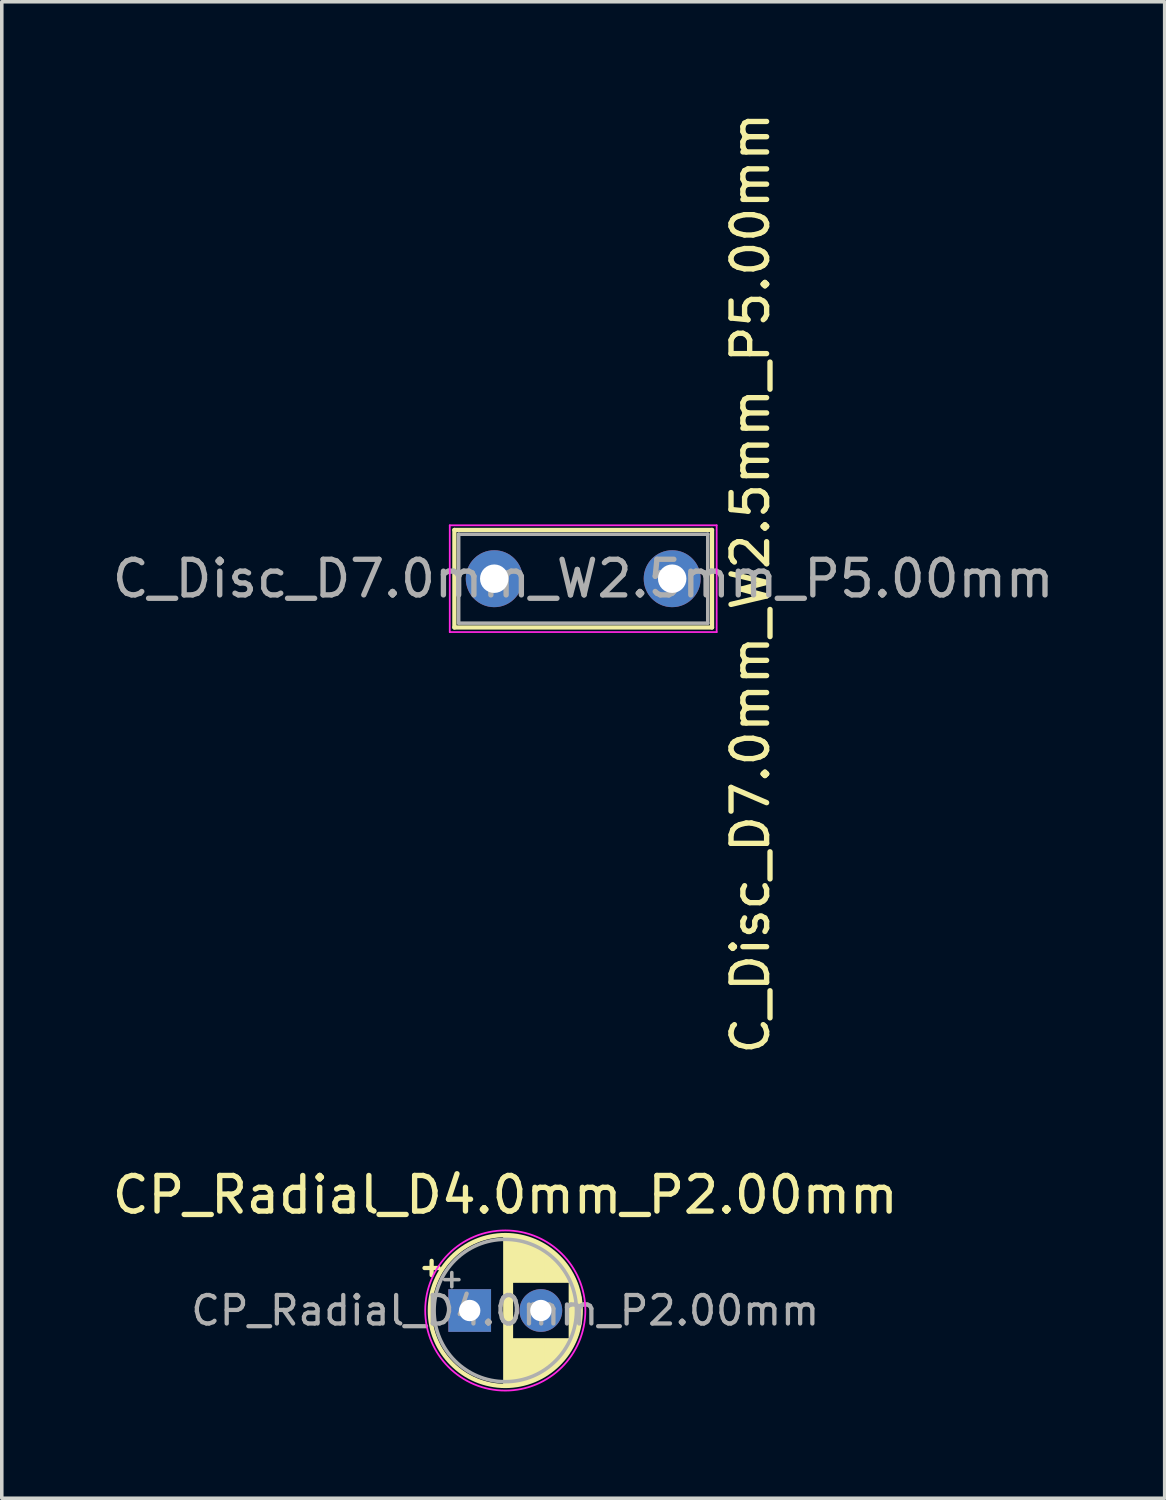
<source format=kicad_pcb>
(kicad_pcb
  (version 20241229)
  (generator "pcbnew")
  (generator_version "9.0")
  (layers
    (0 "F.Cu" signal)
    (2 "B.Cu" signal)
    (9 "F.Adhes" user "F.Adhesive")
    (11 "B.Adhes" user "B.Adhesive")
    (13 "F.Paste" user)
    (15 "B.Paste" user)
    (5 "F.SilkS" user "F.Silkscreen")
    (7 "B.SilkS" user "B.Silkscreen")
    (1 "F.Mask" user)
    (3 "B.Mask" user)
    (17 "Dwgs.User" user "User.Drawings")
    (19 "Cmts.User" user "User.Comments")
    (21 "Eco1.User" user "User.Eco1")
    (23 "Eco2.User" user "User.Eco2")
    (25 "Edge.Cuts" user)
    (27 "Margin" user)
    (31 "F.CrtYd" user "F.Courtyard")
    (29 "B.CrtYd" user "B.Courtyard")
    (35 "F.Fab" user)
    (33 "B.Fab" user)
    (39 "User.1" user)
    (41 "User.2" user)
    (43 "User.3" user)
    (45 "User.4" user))
  (footprint "C_Disc_D7.0mm_W2.5mm_P5.00mm"
    (layer "F.Cu")
    (at 10.839 13.212)
    (property "Reference" "C_Disc_D7.0mm_W2.5mm_P5.00mm" (at 7.199 0.127 90) (layer "F.SilkS") (effects (font (size 1 1) (thickness 0.15))))
    (attr through_hole)
    (fp_line (start -1.12 -1.37) (end -1.12 1.37) (stroke (width 0.12) (type solid)) (layer "F.SilkS"))
    (fp_line (start -1.12 -1.37) (end 6.12 -1.37) (stroke (width 0.12) (type solid)) (layer "F.SilkS"))
    (fp_line (start -1.12 1.37) (end 6.12 1.37) (stroke (width 0.12) (type solid)) (layer "F.SilkS"))
    (fp_line (start 6.12 -1.37) (end 6.12 1.37) (stroke (width 0.12) (type solid)) (layer "F.SilkS"))
    (fp_line (start -1.25 -1.5) (end -1.25 1.5) (stroke (width 0.05) (type solid)) (layer "F.CrtYd"))
    (fp_line (start -1.25 1.5) (end 6.25 1.5) (stroke (width 0.05) (type solid)) (layer "F.CrtYd"))
    (fp_line (start 6.25 -1.5) (end -1.25 -1.5) (stroke (width 0.05) (type solid)) (layer "F.CrtYd"))
    (fp_line (start 6.25 1.5) (end 6.25 -1.5) (stroke (width 0.05) (type solid)) (layer "F.CrtYd"))
    (fp_line (start -1 -1.25) (end -1 1.25) (stroke (width 0.1) (type solid)) (layer "F.Fab"))
    (fp_line (start -1 1.25) (end 6 1.25) (stroke (width 0.1) (type solid)) (layer "F.Fab"))
    (fp_line (start 6 -1.25) (end -1 -1.25) (stroke (width 0.1) (type solid)) (layer "F.Fab"))
    (fp_line (start 6 1.25) (end 6 -1.25) (stroke (width 0.1) (type solid)) (layer "F.Fab"))
    (fp_text user "${REFERENCE}" (at 2.5 0 0) (layer "F.Fab") (effects (font (size 1 1) (thickness 0.15))))
    (pad "1" thru_hole circle (at 0 0) (size 1.6 1.6) (drill 0.8) (layers "*.Cu" "*.Mask"))
    (pad "2" thru_hole circle (at 5 0) (size 1.6 1.6) (drill 0.8) (layers "*.Cu" "*.Mask")))
  (footprint "CP_Radial_D4.0mm_P2.00mm"
    (layer "F.Cu")
    (at 10.149 33.777)
    (property "Reference" "CP_Radial_D4.0mm_P2.00mm" (at 1 -3.25 0) (layer "F.SilkS") (effects (font (size 1 1) (thickness 0.15))))
    (attr through_hole)
    (fp_line (start -1.27 -1.195) (end -0.87 -1.195) (stroke (width 0.12) (type solid)) (layer "F.SilkS"))
    (fp_line (start -1.07 -1.395) (end -1.07 -0.995) (stroke (width 0.12) (type solid)) (layer "F.SilkS"))
    (fp_line (start 1 -2.08) (end 1 2.08) (stroke (width 0.12) (type solid)) (layer "F.SilkS"))
    (fp_line (start 1.04 -2.08) (end 1.04 2.08) (stroke (width 0.12) (type solid)) (layer "F.SilkS"))
    (fp_line (start 1.08 -2.079) (end 1.08 2.079) (stroke (width 0.12) (type solid)) (layer "F.SilkS"))
    (fp_line (start 1.12 -2.077) (end 1.12 2.077) (stroke (width 0.12) (type solid)) (layer "F.SilkS"))
    (fp_line (start 1.16 -2.074) (end 1.16 2.074) (stroke (width 0.12) (type solid)) (layer "F.SilkS"))
    (fp_line (start 1.2 -2.071) (end 1.2 -0.84) (stroke (width 0.12) (type solid)) (layer "F.SilkS"))
    (fp_line (start 1.2 0.84) (end 1.2 2.071) (stroke (width 0.12) (type solid)) (layer "F.SilkS"))
    (fp_line (start 1.24 -2.067) (end 1.24 -0.84) (stroke (width 0.12) (type solid)) (layer "F.SilkS"))
    (fp_line (start 1.24 0.84) (end 1.24 2.067) (stroke (width 0.12) (type solid)) (layer "F.SilkS"))
    (fp_line (start 1.28 -2.062) (end 1.28 -0.84) (stroke (width 0.12) (type solid)) (layer "F.SilkS"))
    (fp_line (start 1.28 0.84) (end 1.28 2.062) (stroke (width 0.12) (type solid)) (layer "F.SilkS"))
    (fp_line (start 1.32 -2.056) (end 1.32 -0.84) (stroke (width 0.12) (type solid)) (layer "F.SilkS"))
    (fp_line (start 1.32 0.84) (end 1.32 2.056) (stroke (width 0.12) (type solid)) (layer "F.SilkS"))
    (fp_line (start 1.36 -2.05) (end 1.36 -0.84) (stroke (width 0.12) (type solid)) (layer "F.SilkS"))
    (fp_line (start 1.36 0.84) (end 1.36 2.05) (stroke (width 0.12) (type solid)) (layer "F.SilkS"))
    (fp_line (start 1.4 -2.042) (end 1.4 -0.84) (stroke (width 0.12) (type solid)) (layer "F.SilkS"))
    (fp_line (start 1.4 0.84) (end 1.4 2.042) (stroke (width 0.12) (type solid)) (layer "F.SilkS"))
    (fp_line (start 1.44 -2.034) (end 1.44 -0.84) (stroke (width 0.12) (type solid)) (layer "F.SilkS"))
    (fp_line (start 1.44 0.84) (end 1.44 2.034) (stroke (width 0.12) (type solid)) (layer "F.SilkS"))
    (fp_line (start 1.48 -2.025) (end 1.48 -0.84) (stroke (width 0.12) (type solid)) (layer "F.SilkS"))
    (fp_line (start 1.48 0.84) (end 1.48 2.025) (stroke (width 0.12) (type solid)) (layer "F.SilkS"))
    (fp_line (start 1.52 -2.016) (end 1.52 -0.84) (stroke (width 0.12) (type solid)) (layer "F.SilkS"))
    (fp_line (start 1.52 0.84) (end 1.52 2.016) (stroke (width 0.12) (type solid)) (layer "F.SilkS"))
    (fp_line (start 1.56 -2.005) (end 1.56 -0.84) (stroke (width 0.12) (type solid)) (layer "F.SilkS"))
    (fp_line (start 1.56 0.84) (end 1.56 2.005) (stroke (width 0.12) (type solid)) (layer "F.SilkS"))
    (fp_line (start 1.6 -1.994) (end 1.6 -0.84) (stroke (width 0.12) (type solid)) (layer "F.SilkS"))
    (fp_line (start 1.6 0.84) (end 1.6 1.994) (stroke (width 0.12) (type solid)) (layer "F.SilkS"))
    (fp_line (start 1.64 -1.982) (end 1.64 -0.84) (stroke (width 0.12) (type solid)) (layer "F.SilkS"))
    (fp_line (start 1.64 0.84) (end 1.64 1.982) (stroke (width 0.12) (type solid)) (layer "F.SilkS"))
    (fp_line (start 1.68 -1.968) (end 1.68 -0.84) (stroke (width 0.12) (type solid)) (layer "F.SilkS"))
    (fp_line (start 1.68 0.84) (end 1.68 1.968) (stroke (width 0.12) (type solid)) (layer "F.SilkS"))
    (fp_line (start 1.721 -1.954) (end 1.721 -0.84) (stroke (width 0.12) (type solid)) (layer "F.SilkS"))
    (fp_line (start 1.721 0.84) (end 1.721 1.954) (stroke (width 0.12) (type solid)) (layer "F.SilkS"))
    (fp_line (start 1.761 -1.94) (end 1.761 -0.84) (stroke (width 0.12) (type solid)) (layer "F.SilkS"))
    (fp_line (start 1.761 0.84) (end 1.761 1.94) (stroke (width 0.12) (type solid)) (layer "F.SilkS"))
    (fp_line (start 1.801 -1.924) (end 1.801 -0.84) (stroke (width 0.12) (type solid)) (layer "F.SilkS"))
    (fp_line (start 1.801 0.84) (end 1.801 1.924) (stroke (width 0.12) (type solid)) (layer "F.SilkS"))
    (fp_line (start 1.841 -1.907) (end 1.841 -0.84) (stroke (width 0.12) (type solid)) (layer "F.SilkS"))
    (fp_line (start 1.841 0.84) (end 1.841 1.907) (stroke (width 0.12) (type solid)) (layer "F.SilkS"))
    (fp_line (start 1.881 -1.889) (end 1.881 -0.84) (stroke (width 0.12) (type solid)) (layer "F.SilkS"))
    (fp_line (start 1.881 0.84) (end 1.881 1.889) (stroke (width 0.12) (type solid)) (layer "F.SilkS"))
    (fp_line (start 1.921 -1.87) (end 1.921 -0.84) (stroke (width 0.12) (type solid)) (layer "F.SilkS"))
    (fp_line (start 1.921 0.84) (end 1.921 1.87) (stroke (width 0.12) (type solid)) (layer "F.SilkS"))
    (fp_line (start 1.961 -1.851) (end 1.961 -0.84) (stroke (width 0.12) (type solid)) (layer "F.SilkS"))
    (fp_line (start 1.961 0.84) (end 1.961 1.851) (stroke (width 0.12) (type solid)) (layer "F.SilkS"))
    (fp_line (start 2.001 -1.83) (end 2.001 -0.84) (stroke (width 0.12) (type solid)) (layer "F.SilkS"))
    (fp_line (start 2.001 0.84) (end 2.001 1.83) (stroke (width 0.12) (type solid)) (layer "F.SilkS"))
    (fp_line (start 2.041 -1.808) (end 2.041 -0.84) (stroke (width 0.12) (type solid)) (layer "F.SilkS"))
    (fp_line (start 2.041 0.84) (end 2.041 1.808) (stroke (width 0.12) (type solid)) (layer "F.SilkS"))
    (fp_line (start 2.081 -1.785) (end 2.081 -0.84) (stroke (width 0.12) (type solid)) (layer "F.SilkS"))
    (fp_line (start 2.081 0.84) (end 2.081 1.785) (stroke (width 0.12) (type solid)) (layer "F.SilkS"))
    (fp_line (start 2.121 -1.76) (end 2.121 -0.84) (stroke (width 0.12) (type solid)) (layer "F.SilkS"))
    (fp_line (start 2.121 0.84) (end 2.121 1.76) (stroke (width 0.12) (type solid)) (layer "F.SilkS"))
    (fp_line (start 2.161 -1.735) (end 2.161 -0.84) (stroke (width 0.12) (type solid)) (layer "F.SilkS"))
    (fp_line (start 2.161 0.84) (end 2.161 1.735) (stroke (width 0.12) (type solid)) (layer "F.SilkS"))
    (fp_line (start 2.201 -1.708) (end 2.201 -0.84) (stroke (width 0.12) (type solid)) (layer "F.SilkS"))
    (fp_line (start 2.201 0.84) (end 2.201 1.708) (stroke (width 0.12) (type solid)) (layer "F.SilkS"))
    (fp_line (start 2.241 -1.68) (end 2.241 -0.84) (stroke (width 0.12) (type solid)) (layer "F.SilkS"))
    (fp_line (start 2.241 0.84) (end 2.241 1.68) (stroke (width 0.12) (type solid)) (layer "F.SilkS"))
    (fp_line (start 2.281 -1.65) (end 2.281 -0.84) (stroke (width 0.12) (type solid)) (layer "F.SilkS"))
    (fp_line (start 2.281 0.84) (end 2.281 1.65) (stroke (width 0.12) (type solid)) (layer "F.SilkS"))
    (fp_line (start 2.321 -1.619) (end 2.321 -0.84) (stroke (width 0.12) (type solid)) (layer "F.SilkS"))
    (fp_line (start 2.321 0.84) (end 2.321 1.619) (stroke (width 0.12) (type solid)) (layer "F.SilkS"))
    (fp_line (start 2.361 -1.587) (end 2.361 -0.84) (stroke (width 0.12) (type solid)) (layer "F.SilkS"))
    (fp_line (start 2.361 0.84) (end 2.361 1.587) (stroke (width 0.12) (type solid)) (layer "F.SilkS"))
    (fp_line (start 2.401 -1.552) (end 2.401 -0.84) (stroke (width 0.12) (type solid)) (layer "F.SilkS"))
    (fp_line (start 2.401 0.84) (end 2.401 1.552) (stroke (width 0.12) (type solid)) (layer "F.SilkS"))
    (fp_line (start 2.441 -1.516) (end 2.441 -0.84) (stroke (width 0.12) (type solid)) (layer "F.SilkS"))
    (fp_line (start 2.441 0.84) (end 2.441 1.516) (stroke (width 0.12) (type solid)) (layer "F.SilkS"))
    (fp_line (start 2.481 -1.478) (end 2.481 -0.84) (stroke (width 0.12) (type solid)) (layer "F.SilkS"))
    (fp_line (start 2.481 0.84) (end 2.481 1.478) (stroke (width 0.12) (type solid)) (layer "F.SilkS"))
    (fp_line (start 2.521 -1.438) (end 2.521 -0.84) (stroke (width 0.12) (type solid)) (layer "F.SilkS"))
    (fp_line (start 2.521 0.84) (end 2.521 1.438) (stroke (width 0.12) (type solid)) (layer "F.SilkS"))
    (fp_line (start 2.561 -1.396) (end 2.561 -0.84) (stroke (width 0.12) (type solid)) (layer "F.SilkS"))
    (fp_line (start 2.561 0.84) (end 2.561 1.396) (stroke (width 0.12) (type solid)) (layer "F.SilkS"))
    (fp_line (start 2.601 -1.351) (end 2.601 -0.84) (stroke (width 0.12) (type solid)) (layer "F.SilkS"))
    (fp_line (start 2.601 0.84) (end 2.601 1.351) (stroke (width 0.12) (type solid)) (layer "F.SilkS"))
    (fp_line (start 2.641 -1.304) (end 2.641 -0.84) (stroke (width 0.12) (type solid)) (layer "F.SilkS"))
    (fp_line (start 2.641 0.84) (end 2.641 1.304) (stroke (width 0.12) (type solid)) (layer "F.SilkS"))
    (fp_line (start 2.681 -1.254) (end 2.681 -0.84) (stroke (width 0.12) (type solid)) (layer "F.SilkS"))
    (fp_line (start 2.681 0.84) (end 2.681 1.254) (stroke (width 0.12) (type solid)) (layer "F.SilkS"))
    (fp_line (start 2.721 -1.2) (end 2.721 -0.84) (stroke (width 0.12) (type solid)) (layer "F.SilkS"))
    (fp_line (start 2.721 0.84) (end 2.721 1.2) (stroke (width 0.12) (type solid)) (layer "F.SilkS"))
    (fp_line (start 2.761 -1.142) (end 2.761 -0.84) (stroke (width 0.12) (type solid)) (layer "F.SilkS"))
    (fp_line (start 2.761 0.84) (end 2.761 1.142) (stroke (width 0.12) (type solid)) (layer "F.SilkS"))
    (fp_line (start 2.801 -1.08) (end 2.801 -0.84) (stroke (width 0.12) (type solid)) (layer "F.SilkS"))
    (fp_line (start 2.801 0.84) (end 2.801 1.08) (stroke (width 0.12) (type solid)) (layer "F.SilkS"))
    (fp_line (start 2.841 -1.013) (end 2.841 1.013) (stroke (width 0.12) (type solid)) (layer "F.SilkS"))
    (fp_line (start 2.881 -0.94) (end 2.881 0.94) (stroke (width 0.12) (type solid)) (layer "F.SilkS"))
    (fp_line (start 2.921 -0.859) (end 2.921 0.859) (stroke (width 0.12) (type solid)) (layer "F.SilkS"))
    (fp_line (start 2.961 -0.768) (end 2.961 0.768) (stroke (width 0.12) (type solid)) (layer "F.SilkS"))
    (fp_line (start 3.001 -0.664) (end 3.001 0.664) (stroke (width 0.12) (type solid)) (layer "F.SilkS"))
    (fp_line (start 3.041 -0.537) (end 3.041 0.537) (stroke (width 0.12) (type solid)) (layer "F.SilkS"))
    (fp_line (start 3.081 -0.37) (end 3.081 0.37) (stroke (width 0.12) (type solid)) (layer "F.SilkS"))
    (fp_circle (center 1 0) (end 3.12 0) (stroke (width 0.12) (type solid)) (fill no) (layer "F.SilkS"))
    (fp_circle (center 1 0) (end 3.25 0) (stroke (width 0.05) (type solid)) (fill no) (layer "F.CrtYd"))
    (fp_line (start -0.703 -0.868) (end -0.303 -0.868) (stroke (width 0.1) (type solid)) (layer "F.Fab"))
    (fp_line (start -0.503 -1.067) (end -0.503 -0.667) (stroke (width 0.1) (type solid)) (layer "F.Fab"))
    (fp_circle (center 1 0) (end 3 0) (stroke (width 0.1) (type solid)) (fill no) (layer "F.Fab"))
    (fp_text user "${REFERENCE}" (at 1 0 0) (layer "F.Fab") (effects (font (size 0.8 0.8) (thickness 0.12))))
    (pad "1" thru_hole rect (at 0 0) (size 1.2 1.2) (drill 0.6) (layers "*.Cu" "*.Mask"))
    (pad "2" thru_hole circle (at 2 0) (size 1.2 1.2) (drill 0.6) (layers "*.Cu" "*.Mask")))
  (gr_rect
    (start -3 -3)
    (end 29.679 39.052)
    (stroke (width 0.1) (type default))
    (fill no)
    (layer "Edge.Cuts")))
</source>
